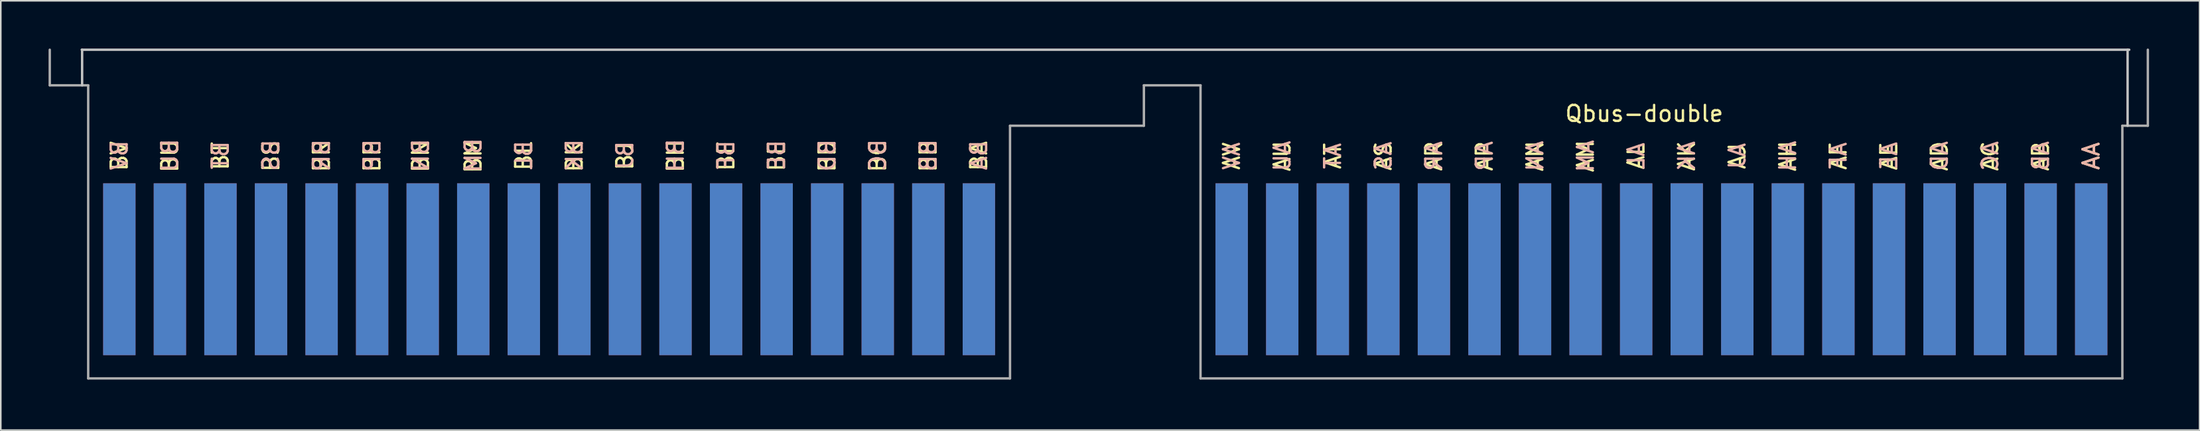
<source format=kicad_pcb>
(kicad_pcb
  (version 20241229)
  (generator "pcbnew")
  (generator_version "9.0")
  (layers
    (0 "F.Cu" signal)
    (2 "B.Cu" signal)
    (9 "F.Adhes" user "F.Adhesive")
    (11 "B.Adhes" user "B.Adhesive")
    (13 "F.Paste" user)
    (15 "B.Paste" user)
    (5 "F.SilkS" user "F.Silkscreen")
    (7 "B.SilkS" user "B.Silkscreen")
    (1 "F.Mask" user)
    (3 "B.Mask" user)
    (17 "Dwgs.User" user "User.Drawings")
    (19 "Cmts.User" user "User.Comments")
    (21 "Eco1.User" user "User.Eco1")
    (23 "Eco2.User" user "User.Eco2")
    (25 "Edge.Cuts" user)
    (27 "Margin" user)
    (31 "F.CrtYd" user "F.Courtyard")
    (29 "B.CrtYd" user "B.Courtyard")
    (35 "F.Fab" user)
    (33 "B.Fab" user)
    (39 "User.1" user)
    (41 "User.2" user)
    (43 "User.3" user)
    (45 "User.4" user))
  (footprint "Qbus-double"
    (layer "F.Cu")
    (at 131.825 20.725)
    (property "Reference" "Qbus-double" (at -31.623 -16.637 0) (layer "F.SilkS") (effects (font (size 1 1) (thickness 0.15))))
    (attr through_hole)
    (fp_line (start -129.743 -20.65) (end -1.168 -20.65) (stroke (width 0.15) (type solid)) (layer "Dwgs.User"))
    (fp_line (start -129.718 -18.415) (end -129.718 -20.65) (stroke (width 0.15) (type solid)) (layer "Dwgs.User"))
    (fp_line (start -1.27 -15.875) (end -1.27 -20.65) (stroke (width 0.15) (type solid)) (layer "Dwgs.User"))
    (fp_line (start -131.75 -18.415) (end -131.75 -20.65) (stroke (width 0.15) (type solid)) (layer "F.Fab"))
    (fp_line (start -129.337 -18.415) (end -131.75 -18.415) (stroke (width 0.15) (type solid)) (layer "F.Fab"))
    (fp_line (start -129.337 0) (end -129.337 -18.415) (stroke (width 0.15) (type solid)) (layer "F.Fab"))
    (fp_line (start -71.45 -15.875) (end -71.45 0) (stroke (width 0.15) (type solid)) (layer "F.Fab"))
    (fp_line (start -71.45 0) (end -129.337 0) (stroke (width 0.15) (type solid)) (layer "F.Fab"))
    (fp_line (start -63.043 -18.415) (end -63.043 -15.875) (stroke (width 0.15) (type solid)) (layer "F.Fab"))
    (fp_line (start -63.043 -15.875) (end -71.45 -15.875) (stroke (width 0.15) (type solid)) (layer "F.Fab"))
    (fp_line (start -59.487 -18.415) (end -63.043 -18.415) (stroke (width 0.15) (type solid)) (layer "F.Fab"))
    (fp_line (start -59.487 0) (end -59.487 -18.415) (stroke (width 0.15) (type solid)) (layer "F.Fab"))
    (fp_line (start -59.487 0) (end -1.6 0) (stroke (width 0.15) (type solid)) (layer "F.Fab"))
    (fp_line (start -1.6 -15.875) (end 0 -15.875) (stroke (width 0.15) (type solid)) (layer "F.Fab"))
    (fp_line (start -1.6 0) (end -1.6 -15.875) (stroke (width 0.15) (type solid)) (layer "F.Fab"))
    (fp_line (start 0 -15.875) (end 0 -20.65) (stroke (width 0.15) (type solid)) (layer "F.Fab"))
    (fp_text user "BP" (at -111.506 -13.97 90) (layer "F.SilkS") (effects (font (size 1 1) (thickness 0.15))))
    (fp_text user "AU" (at -54.356 -13.97 90) (layer "F.SilkS") (effects (font (size 1 1) (thickness 0.15))))
    (fp_text user "BA" (at -73.406 -13.97 90) (layer "F.SilkS") (effects (font (size 1 1) (thickness 0.15))))
    (fp_text user "BU" (at -124.206 -13.97 90) (layer "F.SilkS") (effects (font (size 1 1) (thickness 0.15))))
    (fp_text user "BH" (at -92.456 -13.97 90) (layer "F.SilkS") (effects (font (size 1 1) (thickness 0.15))))
    (fp_text user "AA" (at -3.556 -13.97 90) (layer "F.SilkS") (effects (font (size 1 1) (thickness 0.15))))
    (fp_text user "AK" (at -28.956 -13.97 90) (layer "F.SilkS") (effects (font (size 1 1) (thickness 0.15))))
    (fp_text user "AS" (at -48.006 -13.97 90) (layer "F.SilkS") (effects (font (size 1 1) (thickness 0.15))))
    (fp_text user "BJ" (at -95.631 -13.97 90) (layer "F.SilkS") (effects (font (size 1 1) (thickness 0.15))))
    (fp_text user "BF" (at -89.281 -13.97 90) (layer "F.SilkS") (effects (font (size 1 1) (thickness 0.15))))
    (fp_text user "AF" (at -19.431 -13.97 90) (layer "F.SilkS") (effects (font (size 1 1) (thickness 0.15))))
    (fp_text user "AD" (at -13.081 -13.97 90) (layer "F.SilkS") (effects (font (size 1 1) (thickness 0.15))))
    (fp_text user "BT" (at -121.031 -13.97 90) (layer "F.SilkS") (effects (font (size 1 1) (thickness 0.15))))
    (fp_text user "AC" (at -9.906 -13.97 90) (layer "F.SilkS") (effects (font (size 1 1) (thickness 0.15))))
    (fp_text user "AV" (at -57.531 -13.97 90) (layer "F.SilkS") (effects (font (size 1 1) (thickness 0.15))))
    (fp_text user "AJ" (at -25.781 -13.97 90) (layer "F.SilkS") (effects (font (size 1 1) (thickness 0.15))))
    (fp_text user "BM" (at -105.156 -13.97 90) (layer "F.SilkS") (effects (font (size 1 1) (thickness 0.15))))
    (fp_text user "BE" (at -86.106 -13.97 90) (layer "F.SilkS") (effects (font (size 1 1) (thickness 0.15))))
    (fp_text user "BS" (at -117.856 -13.97 90) (layer "F.SilkS") (effects (font (size 1 1) (thickness 0.15))))
    (fp_text user "BR" (at -114.681 -13.97 90) (layer "F.SilkS") (effects (font (size 1 1) (thickness 0.15))))
    (fp_text user "BK" (at -98.806 -13.97 90) (layer "F.SilkS") (effects (font (size 1 1) (thickness 0.15))))
    (fp_text user "AH" (at -22.606 -13.97 90) (layer "F.SilkS") (effects (font (size 1 1) (thickness 0.15))))
    (fp_text user "BC" (at -79.756 -13.97 90) (layer "F.SilkS") (effects (font (size 1 1) (thickness 0.15))))
    (fp_text user "BV" (at -127.381 -13.97 90) (layer "F.SilkS") (effects (font (size 1 1) (thickness 0.15))))
    (fp_text user "AM" (at -35.306 -13.97 90) (layer "F.SilkS") (effects (font (size 1 1) (thickness 0.15))))
    (fp_text user "BB" (at -76.581 -13.97 90) (layer "F.SilkS") (effects (font (size 1 1) (thickness 0.15))))
    (fp_text user "AR" (at -44.831 -13.97 90) (layer "F.SilkS") (effects (font (size 1 1) (thickness 0.15))))
    (fp_text user "AB" (at -6.731 -13.97 90) (layer "F.SilkS") (effects (font (size 1 1) (thickness 0.15))))
    (fp_text user "BN" (at -108.458 -13.97 90) (layer "F.SilkS") (effects (font (size 1 1) (thickness 0.15))))
    (fp_text user "AP" (at -41.656 -13.97 90) (layer "F.SilkS") (effects (font (size 1 1) (thickness 0.15))))
    (fp_text user "AE" (at -16.256 -13.97 90) (layer "F.SilkS") (effects (font (size 1 1) (thickness 0.15))))
    (fp_text user "BL" (at -101.981 -13.97 90) (layer "F.SilkS") (effects (font (size 1 1) (thickness 0.15))))
    (fp_text user "BD" (at -82.931 -13.97 90) (layer "F.SilkS") (effects (font (size 1 1) (thickness 0.15))))
    (fp_text user "AL" (at -32.131 -13.97 90) (layer "F.SilkS") (effects (font (size 1 1) (thickness 0.15))))
    (fp_text user "AN" (at -38.481 -13.97 90) (layer "F.SilkS") (effects (font (size 1 1) (thickness 0.15))))
    (fp_text user "AT" (at -51.181 -13.97 90) (layer "F.SilkS") (effects (font (size 1 1) (thickness 0.15))))
    (fp_text user "AF" (at -19.431 -13.97 90) (layer "B.SilkS") (effects (font (size 1 1) (thickness 0.15)) (justify mirror)))
    (fp_text user "AV" (at -57.531 -13.97 90) (layer "B.SilkS") (effects (font (size 1 1) (thickness 0.15)) (justify mirror)))
    (fp_text user "AM" (at -35.306 -13.97 90) (layer "B.SilkS") (effects (font (size 1 1) (thickness 0.15)) (justify mirror)))
    (fp_text user "AC" (at -9.906 -13.97 90) (layer "B.SilkS") (effects (font (size 1 1) (thickness 0.15)) (justify mirror)))
    (fp_text user "BC" (at -79.756 -14.02 90) (layer "B.SilkS") (effects (font (size 1 1) (thickness 0.15)) (justify mirror)))
    (fp_text user "BN" (at -108.458 -14.02 90) (layer "B.SilkS") (effects (font (size 1 1) (thickness 0.15)) (justify mirror)))
    (fp_text user "BU" (at -124.206 -14.02 90) (layer "B.SilkS") (effects (font (size 1 1) (thickness 0.15)) (justify mirror)))
    (fp_text user "AT" (at -51.181 -13.97 90) (layer "B.SilkS") (effects (font (size 1 1) (thickness 0.15)) (justify mirror)))
    (fp_text user "BP" (at -111.506 -14.02 90) (layer "B.SilkS") (effects (font (size 1 1) (thickness 0.15)) (justify mirror)))
    (fp_text user "BT" (at -121.031 -14.02 90) (layer "B.SilkS") (effects (font (size 1 1) (thickness 0.15)) (justify mirror)))
    (fp_text user "BH" (at -92.456 -14.02 90) (layer "B.SilkS") (effects (font (size 1 1) (thickness 0.15)) (justify mirror)))
    (fp_text user "AJ" (at -25.781 -13.97 90) (layer "B.SilkS") (effects (font (size 1 1) (thickness 0.15)) (justify mirror)))
    (fp_text user "AE" (at -16.256 -13.97 90) (layer "B.SilkS") (effects (font (size 1 1) (thickness 0.15)) (justify mirror)))
    (fp_text user "AN" (at -38.481 -13.97 90) (layer "B.SilkS") (effects (font (size 1 1) (thickness 0.15)) (justify mirror)))
    (fp_text user "AR" (at -44.831 -13.97 90) (layer "B.SilkS") (effects (font (size 1 1) (thickness 0.15)) (justify mirror)))
    (fp_text user "BL" (at -101.981 -14.02 90) (layer "B.SilkS") (effects (font (size 1 1) (thickness 0.15)) (justify mirror)))
    (fp_text user "BK" (at -98.806 -14.02 90) (layer "B.SilkS") (effects (font (size 1 1) (thickness 0.15)) (justify mirror)))
    (fp_text user "AB" (at -6.731 -13.97 90) (layer "B.SilkS") (effects (font (size 1 1) (thickness 0.15)) (justify mirror)))
    (fp_text user "BE" (at -86.106 -14.02 90) (layer "B.SilkS") (effects (font (size 1 1) (thickness 0.15)) (justify mirror)))
    (fp_text user "BD" (at -82.931 -14.02 90) (layer "B.SilkS") (effects (font (size 1 1) (thickness 0.15)) (justify mirror)))
    (fp_text user "BM" (at -105.156 -14.02 90) (layer "B.SilkS") (effects (font (size 1 1) (thickness 0.15)) (justify mirror)))
    (fp_text user "AD" (at -13.081 -13.97 90) (layer "B.SilkS") (effects (font (size 1 1) (thickness 0.15)) (justify mirror)))
    (fp_text user "BR" (at -114.681 -14.02 90) (layer "B.SilkS") (effects (font (size 1 1) (thickness 0.15)) (justify mirror)))
    (fp_text user "AS" (at -48.006 -13.97 90) (layer "B.SilkS") (effects (font (size 1 1) (thickness 0.15)) (justify mirror)))
    (fp_text user "AH" (at -22.606 -13.97 90) (layer "B.SilkS") (effects (font (size 1 1) (thickness 0.15)) (justify mirror)))
    (fp_text user "BV" (at -127.381 -14.02 90) (layer "B.SilkS") (effects (font (size 1 1) (thickness 0.15)) (justify mirror)))
    (fp_text user "BS" (at -117.856 -14.02 90) (layer "B.SilkS") (effects (font (size 1 1) (thickness 0.15)) (justify mirror)))
    (fp_text user "BF" (at -89.281 -14.02 90) (layer "B.SilkS") (effects (font (size 1 1) (thickness 0.15)) (justify mirror)))
    (fp_text user "AL" (at -32.131 -13.97 90) (layer "B.SilkS") (effects (font (size 1 1) (thickness 0.15)) (justify mirror)))
    (fp_text user "AA" (at -3.556 -13.97 90) (layer "B.SilkS") (effects (font (size 1 1) (thickness 0.15)) (justify mirror)))
    (fp_text user "BA" (at -73.406 -14.02 90) (layer "B.SilkS") (effects (font (size 1 1) (thickness 0.15)) (justify mirror)))
    (fp_text user "BB" (at -76.581 -14.02 90) (layer "B.SilkS") (effects (font (size 1 1) (thickness 0.15)) (justify mirror)))
    (fp_text user "BJ" (at -95.631 -14.02 90) (layer "B.SilkS") (effects (font (size 1 1) (thickness 0.15)) (justify mirror)))
    (fp_text user "AP" (at -41.656 -13.97 90) (layer "B.SilkS") (effects (font (size 1 1) (thickness 0.15)) (justify mirror)))
    (fp_text user "AU" (at -54.356 -13.97 90) (layer "B.SilkS") (effects (font (size 1 1) (thickness 0.15)) (justify mirror)))
    (fp_text user "AK" (at -28.956 -13.97 90) (layer "B.SilkS") (effects (font (size 1 1) (thickness 0.15)) (justify mirror)))
    (pad "AA1" connect rect (at -3.556 -6.858) (size 2.032 10.795) (layers "F.Cu" "F.Mask"))
    (pad "AA2" connect rect (at -3.556 -6.858) (size 2.032 10.795) (layers "B.Cu"))
    (pad "AB1" connect rect (at -6.731 -6.858) (size 2.032 10.795) (layers "F.Cu" "F.Mask"))
    (pad "AB2" connect rect (at -6.731 -6.858) (size 2.032 10.795) (layers "B.Cu"))
    (pad "AC1" connect rect (at -9.906 -6.858) (size 2.032 10.795) (layers "F.Cu" "F.Mask"))
    (pad "AC2" connect rect (at -9.906 -6.858) (size 2.032 10.795) (layers "B.Cu"))
    (pad "AD1" connect rect (at -13.081 -6.858) (size 2.032 10.795) (layers "F.Cu" "F.Mask"))
    (pad "AD2" connect rect (at -13.081 -6.858) (size 2.032 10.795) (layers "B.Cu"))
    (pad "AE1" connect rect (at -16.256 -6.858) (size 2.032 10.795) (layers "F.Cu" "F.Mask"))
    (pad "AE2" connect rect (at -16.256 -6.858) (size 2.032 10.795) (layers "B.Cu"))
    (pad "AF1" connect rect (at -19.431 -6.858) (size 2.032 10.795) (layers "F.Cu" "F.Mask"))
    (pad "AF2" connect rect (at -19.431 -6.858) (size 2.032 10.795) (layers "B.Cu"))
    (pad "AH1" connect rect (at -22.606 -6.858) (size 2.032 10.795) (layers "F.Cu" "F.Mask"))
    (pad "AH2" connect rect (at -22.606 -6.858) (size 2.032 10.795) (layers "B.Cu"))
    (pad "AJ1" connect rect (at -25.781 -6.858) (size 2.032 10.795) (layers "F.Cu" "F.Mask"))
    (pad "AJ2" connect rect (at -25.781 -6.858) (size 2.032 10.795) (layers "B.Cu"))
    (pad "AK1" connect rect (at -28.956 -6.858) (size 2.032 10.795) (layers "F.Cu" "F.Mask"))
    (pad "AK2" connect rect (at -28.956 -6.858) (size 2.032 10.795) (layers "B.Cu"))
    (pad "AL1" connect rect (at -32.131 -6.858) (size 2.032 10.795) (layers "F.Cu" "F.Mask"))
    (pad "AL2" connect rect (at -32.131 -6.858) (size 2.032 10.795) (layers "B.Cu"))
    (pad "AM1" connect rect (at -35.306 -6.858) (size 2.032 10.795) (layers "F.Cu" "F.Mask"))
    (pad "AM2" connect rect (at -35.306 -6.858) (size 2.032 10.795) (layers "B.Cu"))
    (pad "AN1" connect rect (at -38.481 -6.858) (size 2.032 10.795) (layers "F.Cu" "F.Mask"))
    (pad "AN2" connect rect (at -38.481 -6.858) (size 2.032 10.795) (layers "B.Cu"))
    (pad "AP1" connect rect (at -41.656 -6.858) (size 2.032 10.795) (layers "F.Cu" "F.Mask"))
    (pad "AP2" connect rect (at -41.656 -6.858) (size 2.032 10.795) (layers "B.Cu"))
    (pad "AR1" connect rect (at -44.831 -6.858) (size 2.032 10.795) (layers "F.Cu" "F.Mask"))
    (pad "AR2" connect rect (at -44.831 -6.858) (size 2.032 10.795) (layers "B.Cu"))
    (pad "AS1" connect rect (at -48.006 -6.858) (size 2.032 10.795) (layers "F.Cu" "F.Mask"))
    (pad "AS2" connect rect (at -48.006 -6.858) (size 2.032 10.795) (layers "B.Cu"))
    (pad "AT1" connect rect (at -51.181 -6.858) (size 2.032 10.795) (layers "F.Cu" "F.Mask"))
    (pad "AT2" connect rect (at -51.181 -6.858) (size 2.032 10.795) (layers "B.Cu"))
    (pad "AU1" connect rect (at -54.356 -6.858) (size 2.032 10.795) (layers "F.Cu" "F.Mask"))
    (pad "AU2" connect rect (at -54.356 -6.858) (size 2.032 10.795) (layers "B.Cu"))
    (pad "AV1" connect rect (at -57.531 -6.858) (size 2.032 10.795) (layers "F.Cu" "F.Mask"))
    (pad "AV2" connect rect (at -57.531 -6.858) (size 2.032 10.795) (layers "B.Cu"))
    (pad "BA1" connect rect (at -73.406 -6.858) (size 2.032 10.795) (layers "F.Cu" "F.Mask"))
    (pad "BA2" connect rect (at -73.406 -6.858) (size 2.032 10.795) (layers "B.Cu"))
    (pad "BB1" connect rect (at -76.581 -6.858) (size 2.032 10.795) (layers "F.Cu" "F.Mask"))
    (pad "BB2" connect rect (at -76.581 -6.858) (size 2.032 10.795) (layers "B.Cu"))
    (pad "BC1" connect rect (at -79.756 -6.858) (size 2.032 10.795) (layers "F.Cu" "F.Mask"))
    (pad "BC2" connect rect (at -79.756 -6.858) (size 2.032 10.795) (layers "B.Cu"))
    (pad "BD1" connect rect (at -82.931 -6.858) (size 2.032 10.795) (layers "F.Cu" "F.Mask"))
    (pad "BD2" connect rect (at -82.931 -6.858) (size 2.032 10.795) (layers "B.Cu"))
    (pad "BE1" connect rect (at -86.106 -6.858) (size 2.032 10.795) (layers "F.Cu" "F.Mask"))
    (pad "BE2" connect rect (at -86.106 -6.858) (size 2.032 10.795) (layers "B.Cu"))
    (pad "BF1" connect rect (at -89.281 -6.858) (size 2.032 10.795) (layers "F.Cu" "F.Mask"))
    (pad "BF2" connect rect (at -89.281 -6.858) (size 2.032 10.795) (layers "B.Cu"))
    (pad "BH1" connect rect (at -92.456 -6.858) (size 2.032 10.795) (layers "F.Cu" "F.Mask"))
    (pad "BH2" connect rect (at -92.456 -6.858) (size 2.032 10.795) (layers "B.Cu"))
    (pad "BJ1" connect rect (at -95.631 -6.858) (size 2.032 10.795) (layers "F.Cu" "F.Mask"))
    (pad "BJ2" connect rect (at -95.631 -6.858) (size 2.032 10.795) (layers "B.Cu"))
    (pad "BK1" connect rect (at -98.806 -6.858) (size 2.032 10.795) (layers "F.Cu" "F.Mask"))
    (pad "BK2" connect rect (at -98.806 -6.858) (size 2.032 10.795) (layers "B.Cu"))
    (pad "BL1" connect rect (at -101.981 -6.858) (size 2.032 10.795) (layers "F.Cu" "F.Mask"))
    (pad "BL2" connect rect (at -101.981 -6.858) (size 2.032 10.795) (layers "B.Cu"))
    (pad "BM1" connect rect (at -105.156 -6.858) (size 2.032 10.795) (layers "F.Cu" "F.Mask"))
    (pad "BM2" connect rect (at -105.156 -6.858) (size 2.032 10.795) (layers "B.Cu"))
    (pad "BN1" connect rect (at -108.331 -6.858) (size 2.032 10.795) (layers "F.Cu" "F.Mask"))
    (pad "BN2" connect rect (at -108.331 -6.858) (size 2.032 10.795) (layers "B.Cu"))
    (pad "BP1" connect rect (at -111.506 -6.858) (size 2.032 10.795) (layers "F.Cu" "F.Mask"))
    (pad "BP2" connect rect (at -111.506 -6.858) (size 2.032 10.795) (layers "B.Cu"))
    (pad "BR1" connect rect (at -114.681 -6.858) (size 2.032 10.795) (layers "F.Cu" "F.Mask"))
    (pad "BR2" connect rect (at -114.681 -6.858) (size 2.032 10.795) (layers "B.Cu"))
    (pad "BS1" connect rect (at -117.856 -6.858) (size 2.032 10.795) (layers "F.Cu" "F.Mask"))
    (pad "BS2" connect rect (at -117.856 -6.858) (size 2.032 10.795) (layers "B.Cu"))
    (pad "BT1" connect rect (at -121.031 -6.858) (size 2.032 10.795) (layers "F.Cu" "F.Mask"))
    (pad "BT2" connect rect (at -121.031 -6.858) (size 2.032 10.795) (layers "B.Cu"))
    (pad "BU1" connect rect (at -124.206 -6.858) (size 2.032 10.795) (layers "F.Cu" "F.Mask"))
    (pad "BU2" connect rect (at -124.206 -6.858) (size 2.032 10.795) (layers "B.Cu"))
    (pad "BV1" connect rect (at -127.381 -6.858) (size 2.032 10.795) (layers "F.Cu" "F.Mask"))
    (pad "BV2" connect rect (at -127.381 -6.858) (size 2.032 10.795) (layers "B.Cu")))
  (gr_rect
    (start -3 -3)
    (end 135.075 23.975)
    (stroke (width 0.1) (type default))
    (fill no)
    (layer "Edge.Cuts")))
</source>
